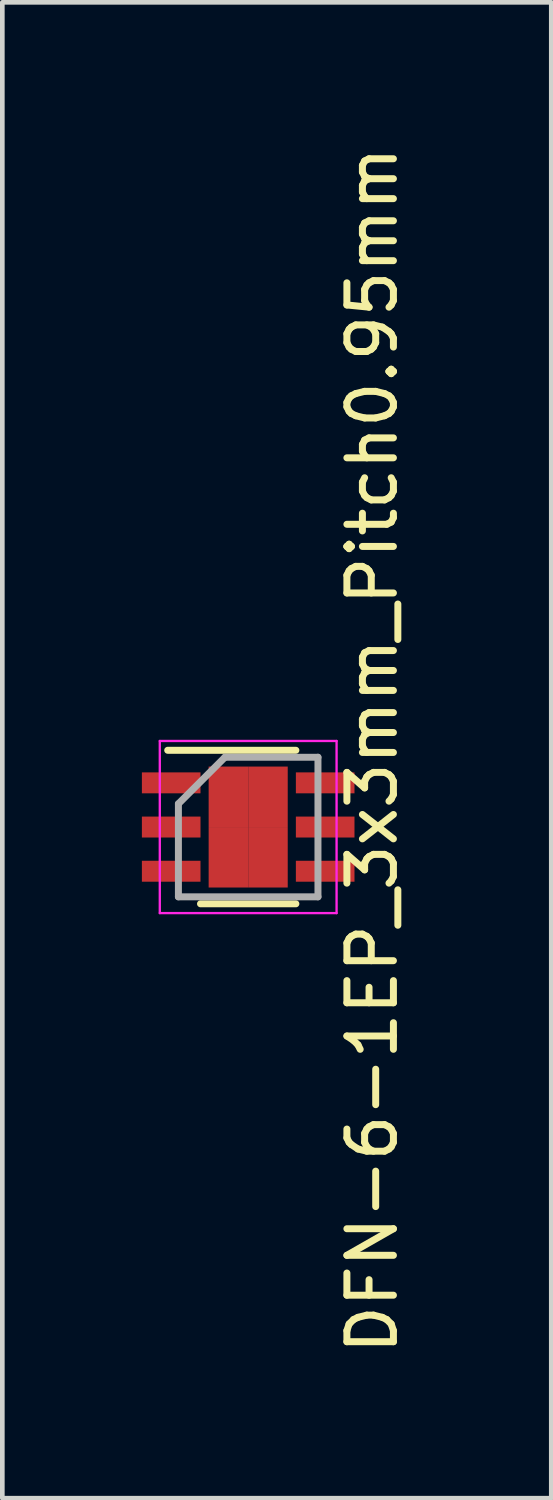
<source format=kicad_pcb>
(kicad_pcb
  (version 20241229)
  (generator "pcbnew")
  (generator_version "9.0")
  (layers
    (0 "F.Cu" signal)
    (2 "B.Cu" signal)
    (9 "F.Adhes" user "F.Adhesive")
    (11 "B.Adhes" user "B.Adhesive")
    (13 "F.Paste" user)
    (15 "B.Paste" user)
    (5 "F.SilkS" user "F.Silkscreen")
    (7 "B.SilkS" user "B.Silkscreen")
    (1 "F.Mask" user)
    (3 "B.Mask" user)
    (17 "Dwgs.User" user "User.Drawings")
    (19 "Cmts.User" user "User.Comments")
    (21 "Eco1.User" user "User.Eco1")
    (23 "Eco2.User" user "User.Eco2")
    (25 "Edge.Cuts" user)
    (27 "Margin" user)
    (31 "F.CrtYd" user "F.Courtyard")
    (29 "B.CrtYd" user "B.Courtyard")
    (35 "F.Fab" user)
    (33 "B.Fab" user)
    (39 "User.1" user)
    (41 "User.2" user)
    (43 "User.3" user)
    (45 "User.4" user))
  (footprint "DFN-6-1EP_3x3mm_Pitch0.95mm"
    (layer "F.Cu")
    (at 2.285 14.728)
    (property "Reference" "DFN-6-1EP_3x3mm_Pitch0.95mm" (at 2.667 -1.651 90) (layer "F.SilkS") (effects (font (size 1 1) (thickness 0.15))))
    (attr smd)
    (fp_line (start -1.73 -1.65) (end 1.025 -1.65) (stroke (width 0.15) (type solid)) (layer "F.SilkS"))
    (fp_line (start -1.025 1.65) (end 1.025 1.65) (stroke (width 0.15) (type solid)) (layer "F.SilkS"))
    (fp_line (start -1.9 -1.85) (end -1.9 1.85) (stroke (width 0.05) (type solid)) (layer "F.CrtYd"))
    (fp_line (start -1.9 -1.85) (end 1.9 -1.85) (stroke (width 0.05) (type solid)) (layer "F.CrtYd"))
    (fp_line (start -1.9 1.85) (end 1.9 1.85) (stroke (width 0.05) (type solid)) (layer "F.CrtYd"))
    (fp_line (start 1.9 -1.85) (end 1.9 1.85) (stroke (width 0.05) (type solid)) (layer "F.CrtYd"))
    (fp_line (start -1.5 -0.5) (end -0.5 -1.5) (stroke (width 0.15) (type solid)) (layer "F.Fab"))
    (fp_line (start -1.5 1.5) (end -1.5 -0.5) (stroke (width 0.15) (type solid)) (layer "F.Fab"))
    (fp_line (start -0.5 -1.5) (end 1.5 -1.5) (stroke (width 0.15) (type solid)) (layer "F.Fab"))
    (fp_line (start 1.5 -1.5) (end 1.5 1.5) (stroke (width 0.15) (type solid)) (layer "F.Fab"))
    (fp_line (start 1.5 1.5) (end -1.5 1.5) (stroke (width 0.15) (type solid)) (layer "F.Fab"))
    (pad "1" smd rect (at -1.655 -0.95) (size 1.26 0.45) (layers "F.Cu" "F.Mask" "F.Paste"))
    (pad "2" smd rect (at -1.655 0) (size 1.26 0.45) (layers "F.Cu" "F.Mask" "F.Paste"))
    (pad "3" smd rect (at -1.655 0.95) (size 1.26 0.45) (layers "F.Cu" "F.Mask" "F.Paste"))
    (pad "4" smd rect (at 1.655 0.95) (size 1.26 0.45) (layers "F.Cu" "F.Mask" "F.Paste"))
    (pad "5" smd rect (at 1.655 0) (size 1.26 0.45) (layers "F.Cu" "F.Mask" "F.Paste"))
    (pad "6" smd rect (at 1.655 -0.95) (size 1.26 0.45) (layers "F.Cu" "F.Mask" "F.Paste"))
    (pad "7" smd rect (at -0.425 -0.65) (size 0.85 1.3) (layers "F.Cu" "F.Mask" "F.Paste"))
    (pad "7" smd rect (at -0.425 0.65) (size 0.85 1.3) (layers "F.Cu" "F.Mask" "F.Paste"))
    (pad "7" smd rect (at 0.425 -0.65) (size 0.85 1.3) (layers "F.Cu" "F.Mask" "F.Paste"))
    (pad "7" smd rect (at 0.425 0.65) (size 0.85 1.3) (layers "F.Cu" "F.Mask" "F.Paste")))
  (gr_rect
    (start -3 -3)
    (end 8.8 29.155)
    (stroke (width 0.1) (type default))
    (fill no)
    (layer "Edge.Cuts")))
</source>
